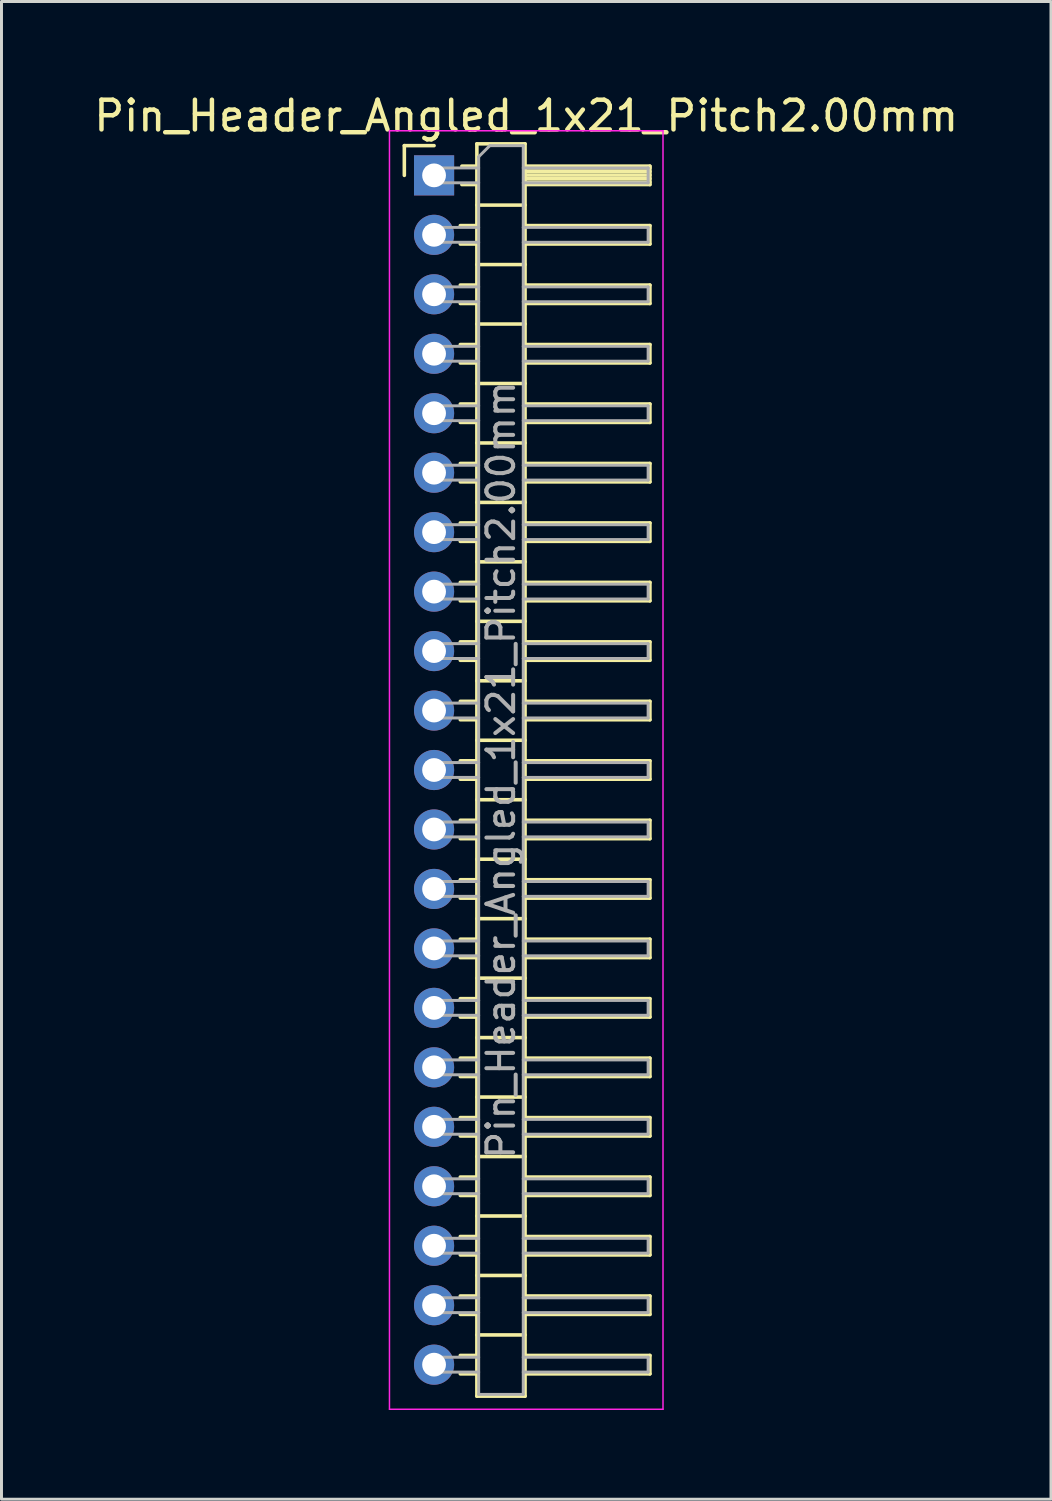
<source format=kicad_pcb>
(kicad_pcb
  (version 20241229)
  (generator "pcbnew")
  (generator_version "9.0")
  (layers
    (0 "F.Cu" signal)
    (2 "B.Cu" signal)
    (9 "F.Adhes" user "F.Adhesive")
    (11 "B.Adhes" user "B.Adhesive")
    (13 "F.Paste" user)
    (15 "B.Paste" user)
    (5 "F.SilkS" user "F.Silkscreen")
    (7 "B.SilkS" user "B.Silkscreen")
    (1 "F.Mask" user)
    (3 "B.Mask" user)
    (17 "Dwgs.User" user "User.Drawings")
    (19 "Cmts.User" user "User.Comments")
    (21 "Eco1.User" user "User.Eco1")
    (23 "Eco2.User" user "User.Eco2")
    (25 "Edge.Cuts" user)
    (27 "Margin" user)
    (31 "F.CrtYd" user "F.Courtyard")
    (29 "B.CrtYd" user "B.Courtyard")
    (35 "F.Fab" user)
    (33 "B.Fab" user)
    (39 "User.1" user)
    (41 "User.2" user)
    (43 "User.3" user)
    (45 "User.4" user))
  (footprint "Pin_Header_Angled_1x21_Pitch2.00mm"
    (layer "F.Cu")
    (at 11.549 2.848)
    (property "Reference" "Pin_Header_Angled_1x21_Pitch2.00mm" (at 3.1 -2 0) (layer "F.SilkS") (effects (font (size 1 1) (thickness 0.15))))
    (attr through_hole)
    (fp_line (start -1 -1) (end 0 -1) (stroke (width 0.12) (type solid)) (layer "F.SilkS"))
    (fp_line (start -1 0) (end -1 -1) (stroke (width 0.12) (type solid)) (layer "F.SilkS"))
    (fp_line (start 0.882 1.69) (end 1.44 1.69) (stroke (width 0.12) (type solid)) (layer "F.SilkS"))
    (fp_line (start 0.882 2.31) (end 1.44 2.31) (stroke (width 0.12) (type solid)) (layer "F.SilkS"))
    (fp_line (start 0.882 3.69) (end 1.44 3.69) (stroke (width 0.12) (type solid)) (layer "F.SilkS"))
    (fp_line (start 0.882 4.31) (end 1.44 4.31) (stroke (width 0.12) (type solid)) (layer "F.SilkS"))
    (fp_line (start 0.882 5.69) (end 1.44 5.69) (stroke (width 0.12) (type solid)) (layer "F.SilkS"))
    (fp_line (start 0.882 6.31) (end 1.44 6.31) (stroke (width 0.12) (type solid)) (layer "F.SilkS"))
    (fp_line (start 0.882 7.69) (end 1.44 7.69) (stroke (width 0.12) (type solid)) (layer "F.SilkS"))
    (fp_line (start 0.882 8.31) (end 1.44 8.31) (stroke (width 0.12) (type solid)) (layer "F.SilkS"))
    (fp_line (start 0.882 9.69) (end 1.44 9.69) (stroke (width 0.12) (type solid)) (layer "F.SilkS"))
    (fp_line (start 0.882 10.31) (end 1.44 10.31) (stroke (width 0.12) (type solid)) (layer "F.SilkS"))
    (fp_line (start 0.882 11.69) (end 1.44 11.69) (stroke (width 0.12) (type solid)) (layer "F.SilkS"))
    (fp_line (start 0.882 12.31) (end 1.44 12.31) (stroke (width 0.12) (type solid)) (layer "F.SilkS"))
    (fp_line (start 0.882 13.69) (end 1.44 13.69) (stroke (width 0.12) (type solid)) (layer "F.SilkS"))
    (fp_line (start 0.882 14.31) (end 1.44 14.31) (stroke (width 0.12) (type solid)) (layer "F.SilkS"))
    (fp_line (start 0.882 15.69) (end 1.44 15.69) (stroke (width 0.12) (type solid)) (layer "F.SilkS"))
    (fp_line (start 0.882 16.31) (end 1.44 16.31) (stroke (width 0.12) (type solid)) (layer "F.SilkS"))
    (fp_line (start 0.882 17.69) (end 1.44 17.69) (stroke (width 0.12) (type solid)) (layer "F.SilkS"))
    (fp_line (start 0.882 18.31) (end 1.44 18.31) (stroke (width 0.12) (type solid)) (layer "F.SilkS"))
    (fp_line (start 0.882 19.69) (end 1.44 19.69) (stroke (width 0.12) (type solid)) (layer "F.SilkS"))
    (fp_line (start 0.882 20.31) (end 1.44 20.31) (stroke (width 0.12) (type solid)) (layer "F.SilkS"))
    (fp_line (start 0.882 21.69) (end 1.44 21.69) (stroke (width 0.12) (type solid)) (layer "F.SilkS"))
    (fp_line (start 0.882 22.31) (end 1.44 22.31) (stroke (width 0.12) (type solid)) (layer "F.SilkS"))
    (fp_line (start 0.882 23.69) (end 1.44 23.69) (stroke (width 0.12) (type solid)) (layer "F.SilkS"))
    (fp_line (start 0.882 24.31) (end 1.44 24.31) (stroke (width 0.12) (type solid)) (layer "F.SilkS"))
    (fp_line (start 0.882 25.69) (end 1.44 25.69) (stroke (width 0.12) (type solid)) (layer "F.SilkS"))
    (fp_line (start 0.882 26.31) (end 1.44 26.31) (stroke (width 0.12) (type solid)) (layer "F.SilkS"))
    (fp_line (start 0.882 27.69) (end 1.44 27.69) (stroke (width 0.12) (type solid)) (layer "F.SilkS"))
    (fp_line (start 0.882 28.31) (end 1.44 28.31) (stroke (width 0.12) (type solid)) (layer "F.SilkS"))
    (fp_line (start 0.882 29.69) (end 1.44 29.69) (stroke (width 0.12) (type solid)) (layer "F.SilkS"))
    (fp_line (start 0.882 30.31) (end 1.44 30.31) (stroke (width 0.12) (type solid)) (layer "F.SilkS"))
    (fp_line (start 0.882 31.69) (end 1.44 31.69) (stroke (width 0.12) (type solid)) (layer "F.SilkS"))
    (fp_line (start 0.882 32.31) (end 1.44 32.31) (stroke (width 0.12) (type solid)) (layer "F.SilkS"))
    (fp_line (start 0.882 33.69) (end 1.44 33.69) (stroke (width 0.12) (type solid)) (layer "F.SilkS"))
    (fp_line (start 0.882 34.31) (end 1.44 34.31) (stroke (width 0.12) (type solid)) (layer "F.SilkS"))
    (fp_line (start 0.882 35.69) (end 1.44 35.69) (stroke (width 0.12) (type solid)) (layer "F.SilkS"))
    (fp_line (start 0.882 36.31) (end 1.44 36.31) (stroke (width 0.12) (type solid)) (layer "F.SilkS"))
    (fp_line (start 0.882 37.69) (end 1.44 37.69) (stroke (width 0.12) (type solid)) (layer "F.SilkS"))
    (fp_line (start 0.882 38.31) (end 1.44 38.31) (stroke (width 0.12) (type solid)) (layer "F.SilkS"))
    (fp_line (start 0.882 39.69) (end 1.44 39.69) (stroke (width 0.12) (type solid)) (layer "F.SilkS"))
    (fp_line (start 0.882 40.31) (end 1.44 40.31) (stroke (width 0.12) (type solid)) (layer "F.SilkS"))
    (fp_line (start 0.935 -0.31) (end 1.44 -0.31) (stroke (width 0.12) (type solid)) (layer "F.SilkS"))
    (fp_line (start 0.935 0.31) (end 1.44 0.31) (stroke (width 0.12) (type solid)) (layer "F.SilkS"))
    (fp_line (start 1.44 -1.06) (end 1.44 41.06) (stroke (width 0.12) (type solid)) (layer "F.SilkS"))
    (fp_line (start 1.44 1) (end 3.06 1) (stroke (width 0.12) (type solid)) (layer "F.SilkS"))
    (fp_line (start 1.44 3) (end 3.06 3) (stroke (width 0.12) (type solid)) (layer "F.SilkS"))
    (fp_line (start 1.44 5) (end 3.06 5) (stroke (width 0.12) (type solid)) (layer "F.SilkS"))
    (fp_line (start 1.44 7) (end 3.06 7) (stroke (width 0.12) (type solid)) (layer "F.SilkS"))
    (fp_line (start 1.44 9) (end 3.06 9) (stroke (width 0.12) (type solid)) (layer "F.SilkS"))
    (fp_line (start 1.44 11) (end 3.06 11) (stroke (width 0.12) (type solid)) (layer "F.SilkS"))
    (fp_line (start 1.44 13) (end 3.06 13) (stroke (width 0.12) (type solid)) (layer "F.SilkS"))
    (fp_line (start 1.44 15) (end 3.06 15) (stroke (width 0.12) (type solid)) (layer "F.SilkS"))
    (fp_line (start 1.44 17) (end 3.06 17) (stroke (width 0.12) (type solid)) (layer "F.SilkS"))
    (fp_line (start 1.44 19) (end 3.06 19) (stroke (width 0.12) (type solid)) (layer "F.SilkS"))
    (fp_line (start 1.44 21) (end 3.06 21) (stroke (width 0.12) (type solid)) (layer "F.SilkS"))
    (fp_line (start 1.44 23) (end 3.06 23) (stroke (width 0.12) (type solid)) (layer "F.SilkS"))
    (fp_line (start 1.44 25) (end 3.06 25) (stroke (width 0.12) (type solid)) (layer "F.SilkS"))
    (fp_line (start 1.44 27) (end 3.06 27) (stroke (width 0.12) (type solid)) (layer "F.SilkS"))
    (fp_line (start 1.44 29) (end 3.06 29) (stroke (width 0.12) (type solid)) (layer "F.SilkS"))
    (fp_line (start 1.44 31) (end 3.06 31) (stroke (width 0.12) (type solid)) (layer "F.SilkS"))
    (fp_line (start 1.44 33) (end 3.06 33) (stroke (width 0.12) (type solid)) (layer "F.SilkS"))
    (fp_line (start 1.44 35) (end 3.06 35) (stroke (width 0.12) (type solid)) (layer "F.SilkS"))
    (fp_line (start 1.44 37) (end 3.06 37) (stroke (width 0.12) (type solid)) (layer "F.SilkS"))
    (fp_line (start 1.44 39) (end 3.06 39) (stroke (width 0.12) (type solid)) (layer "F.SilkS"))
    (fp_line (start 1.44 41.06) (end 3.06 41.06) (stroke (width 0.12) (type solid)) (layer "F.SilkS"))
    (fp_line (start 3.06 -1.06) (end 1.44 -1.06) (stroke (width 0.12) (type solid)) (layer "F.SilkS"))
    (fp_line (start 3.06 -0.31) (end 7.26 -0.31) (stroke (width 0.12) (type solid)) (layer "F.SilkS"))
    (fp_line (start 3.06 -0.25) (end 7.26 -0.25) (stroke (width 0.12) (type solid)) (layer "F.SilkS"))
    (fp_line (start 3.06 -0.13) (end 7.26 -0.13) (stroke (width 0.12) (type solid)) (layer "F.SilkS"))
    (fp_line (start 3.06 -0.01) (end 7.26 -0.01) (stroke (width 0.12) (type solid)) (layer "F.SilkS"))
    (fp_line (start 3.06 0.11) (end 7.26 0.11) (stroke (width 0.12) (type solid)) (layer "F.SilkS"))
    (fp_line (start 3.06 0.23) (end 7.26 0.23) (stroke (width 0.12) (type solid)) (layer "F.SilkS"))
    (fp_line (start 3.06 1.69) (end 7.26 1.69) (stroke (width 0.12) (type solid)) (layer "F.SilkS"))
    (fp_line (start 3.06 3.69) (end 7.26 3.69) (stroke (width 0.12) (type solid)) (layer "F.SilkS"))
    (fp_line (start 3.06 5.69) (end 7.26 5.69) (stroke (width 0.12) (type solid)) (layer "F.SilkS"))
    (fp_line (start 3.06 7.69) (end 7.26 7.69) (stroke (width 0.12) (type solid)) (layer "F.SilkS"))
    (fp_line (start 3.06 9.69) (end 7.26 9.69) (stroke (width 0.12) (type solid)) (layer "F.SilkS"))
    (fp_line (start 3.06 11.69) (end 7.26 11.69) (stroke (width 0.12) (type solid)) (layer "F.SilkS"))
    (fp_line (start 3.06 13.69) (end 7.26 13.69) (stroke (width 0.12) (type solid)) (layer "F.SilkS"))
    (fp_line (start 3.06 15.69) (end 7.26 15.69) (stroke (width 0.12) (type solid)) (layer "F.SilkS"))
    (fp_line (start 3.06 17.69) (end 7.26 17.69) (stroke (width 0.12) (type solid)) (layer "F.SilkS"))
    (fp_line (start 3.06 19.69) (end 7.26 19.69) (stroke (width 0.12) (type solid)) (layer "F.SilkS"))
    (fp_line (start 3.06 21.69) (end 7.26 21.69) (stroke (width 0.12) (type solid)) (layer "F.SilkS"))
    (fp_line (start 3.06 23.69) (end 7.26 23.69) (stroke (width 0.12) (type solid)) (layer "F.SilkS"))
    (fp_line (start 3.06 25.69) (end 7.26 25.69) (stroke (width 0.12) (type solid)) (layer "F.SilkS"))
    (fp_line (start 3.06 27.69) (end 7.26 27.69) (stroke (width 0.12) (type solid)) (layer "F.SilkS"))
    (fp_line (start 3.06 29.69) (end 7.26 29.69) (stroke (width 0.12) (type solid)) (layer "F.SilkS"))
    (fp_line (start 3.06 31.69) (end 7.26 31.69) (stroke (width 0.12) (type solid)) (layer "F.SilkS"))
    (fp_line (start 3.06 33.69) (end 7.26 33.69) (stroke (width 0.12) (type solid)) (layer "F.SilkS"))
    (fp_line (start 3.06 35.69) (end 7.26 35.69) (stroke (width 0.12) (type solid)) (layer "F.SilkS"))
    (fp_line (start 3.06 37.69) (end 7.26 37.69) (stroke (width 0.12) (type solid)) (layer "F.SilkS"))
    (fp_line (start 3.06 39.69) (end 7.26 39.69) (stroke (width 0.12) (type solid)) (layer "F.SilkS"))
    (fp_line (start 3.06 41.06) (end 3.06 -1.06) (stroke (width 0.12) (type solid)) (layer "F.SilkS"))
    (fp_line (start 7.26 -0.31) (end 7.26 0.31) (stroke (width 0.12) (type solid)) (layer "F.SilkS"))
    (fp_line (start 7.26 0.31) (end 3.06 0.31) (stroke (width 0.12) (type solid)) (layer "F.SilkS"))
    (fp_line (start 7.26 1.69) (end 7.26 2.31) (stroke (width 0.12) (type solid)) (layer "F.SilkS"))
    (fp_line (start 7.26 2.31) (end 3.06 2.31) (stroke (width 0.12) (type solid)) (layer "F.SilkS"))
    (fp_line (start 7.26 3.69) (end 7.26 4.31) (stroke (width 0.12) (type solid)) (layer "F.SilkS"))
    (fp_line (start 7.26 4.31) (end 3.06 4.31) (stroke (width 0.12) (type solid)) (layer "F.SilkS"))
    (fp_line (start 7.26 5.69) (end 7.26 6.31) (stroke (width 0.12) (type solid)) (layer "F.SilkS"))
    (fp_line (start 7.26 6.31) (end 3.06 6.31) (stroke (width 0.12) (type solid)) (layer "F.SilkS"))
    (fp_line (start 7.26 7.69) (end 7.26 8.31) (stroke (width 0.12) (type solid)) (layer "F.SilkS"))
    (fp_line (start 7.26 8.31) (end 3.06 8.31) (stroke (width 0.12) (type solid)) (layer "F.SilkS"))
    (fp_line (start 7.26 9.69) (end 7.26 10.31) (stroke (width 0.12) (type solid)) (layer "F.SilkS"))
    (fp_line (start 7.26 10.31) (end 3.06 10.31) (stroke (width 0.12) (type solid)) (layer "F.SilkS"))
    (fp_line (start 7.26 11.69) (end 7.26 12.31) (stroke (width 0.12) (type solid)) (layer "F.SilkS"))
    (fp_line (start 7.26 12.31) (end 3.06 12.31) (stroke (width 0.12) (type solid)) (layer "F.SilkS"))
    (fp_line (start 7.26 13.69) (end 7.26 14.31) (stroke (width 0.12) (type solid)) (layer "F.SilkS"))
    (fp_line (start 7.26 14.31) (end 3.06 14.31) (stroke (width 0.12) (type solid)) (layer "F.SilkS"))
    (fp_line (start 7.26 15.69) (end 7.26 16.31) (stroke (width 0.12) (type solid)) (layer "F.SilkS"))
    (fp_line (start 7.26 16.31) (end 3.06 16.31) (stroke (width 0.12) (type solid)) (layer "F.SilkS"))
    (fp_line (start 7.26 17.69) (end 7.26 18.31) (stroke (width 0.12) (type solid)) (layer "F.SilkS"))
    (fp_line (start 7.26 18.31) (end 3.06 18.31) (stroke (width 0.12) (type solid)) (layer "F.SilkS"))
    (fp_line (start 7.26 19.69) (end 7.26 20.31) (stroke (width 0.12) (type solid)) (layer "F.SilkS"))
    (fp_line (start 7.26 20.31) (end 3.06 20.31) (stroke (width 0.12) (type solid)) (layer "F.SilkS"))
    (fp_line (start 7.26 21.69) (end 7.26 22.31) (stroke (width 0.12) (type solid)) (layer "F.SilkS"))
    (fp_line (start 7.26 22.31) (end 3.06 22.31) (stroke (width 0.12) (type solid)) (layer "F.SilkS"))
    (fp_line (start 7.26 23.69) (end 7.26 24.31) (stroke (width 0.12) (type solid)) (layer "F.SilkS"))
    (fp_line (start 7.26 24.31) (end 3.06 24.31) (stroke (width 0.12) (type solid)) (layer "F.SilkS"))
    (fp_line (start 7.26 25.69) (end 7.26 26.31) (stroke (width 0.12) (type solid)) (layer "F.SilkS"))
    (fp_line (start 7.26 26.31) (end 3.06 26.31) (stroke (width 0.12) (type solid)) (layer "F.SilkS"))
    (fp_line (start 7.26 27.69) (end 7.26 28.31) (stroke (width 0.12) (type solid)) (layer "F.SilkS"))
    (fp_line (start 7.26 28.31) (end 3.06 28.31) (stroke (width 0.12) (type solid)) (layer "F.SilkS"))
    (fp_line (start 7.26 29.69) (end 7.26 30.31) (stroke (width 0.12) (type solid)) (layer "F.SilkS"))
    (fp_line (start 7.26 30.31) (end 3.06 30.31) (stroke (width 0.12) (type solid)) (layer "F.SilkS"))
    (fp_line (start 7.26 31.69) (end 7.26 32.31) (stroke (width 0.12) (type solid)) (layer "F.SilkS"))
    (fp_line (start 7.26 32.31) (end 3.06 32.31) (stroke (width 0.12) (type solid)) (layer "F.SilkS"))
    (fp_line (start 7.26 33.69) (end 7.26 34.31) (stroke (width 0.12) (type solid)) (layer "F.SilkS"))
    (fp_line (start 7.26 34.31) (end 3.06 34.31) (stroke (width 0.12) (type solid)) (layer "F.SilkS"))
    (fp_line (start 7.26 35.69) (end 7.26 36.31) (stroke (width 0.12) (type solid)) (layer "F.SilkS"))
    (fp_line (start 7.26 36.31) (end 3.06 36.31) (stroke (width 0.12) (type solid)) (layer "F.SilkS"))
    (fp_line (start 7.26 37.69) (end 7.26 38.31) (stroke (width 0.12) (type solid)) (layer "F.SilkS"))
    (fp_line (start 7.26 38.31) (end 3.06 38.31) (stroke (width 0.12) (type solid)) (layer "F.SilkS"))
    (fp_line (start 7.26 39.69) (end 7.26 40.31) (stroke (width 0.12) (type solid)) (layer "F.SilkS"))
    (fp_line (start 7.26 40.31) (end 3.06 40.31) (stroke (width 0.12) (type solid)) (layer "F.SilkS"))
    (fp_line (start -1.5 -1.5) (end -1.5 41.5) (stroke (width 0.05) (type solid)) (layer "F.CrtYd"))
    (fp_line (start -1.5 41.5) (end 7.7 41.5) (stroke (width 0.05) (type solid)) (layer "F.CrtYd"))
    (fp_line (start 7.7 -1.5) (end -1.5 -1.5) (stroke (width 0.05) (type solid)) (layer "F.CrtYd"))
    (fp_line (start 7.7 41.5) (end 7.7 -1.5) (stroke (width 0.05) (type solid)) (layer "F.CrtYd"))
    (fp_line (start -0.25 -0.25) (end -0.25 0.25) (stroke (width 0.1) (type solid)) (layer "F.Fab"))
    (fp_line (start -0.25 -0.25) (end 1.5 -0.25) (stroke (width 0.1) (type solid)) (layer "F.Fab"))
    (fp_line (start -0.25 0.25) (end 1.5 0.25) (stroke (width 0.1) (type solid)) (layer "F.Fab"))
    (fp_line (start -0.25 1.75) (end -0.25 2.25) (stroke (width 0.1) (type solid)) (layer "F.Fab"))
    (fp_line (start -0.25 1.75) (end 1.5 1.75) (stroke (width 0.1) (type solid)) (layer "F.Fab"))
    (fp_line (start -0.25 2.25) (end 1.5 2.25) (stroke (width 0.1) (type solid)) (layer "F.Fab"))
    (fp_line (start -0.25 3.75) (end -0.25 4.25) (stroke (width 0.1) (type solid)) (layer "F.Fab"))
    (fp_line (start -0.25 3.75) (end 1.5 3.75) (stroke (width 0.1) (type solid)) (layer "F.Fab"))
    (fp_line (start -0.25 4.25) (end 1.5 4.25) (stroke (width 0.1) (type solid)) (layer "F.Fab"))
    (fp_line (start -0.25 5.75) (end -0.25 6.25) (stroke (width 0.1) (type solid)) (layer "F.Fab"))
    (fp_line (start -0.25 5.75) (end 1.5 5.75) (stroke (width 0.1) (type solid)) (layer "F.Fab"))
    (fp_line (start -0.25 6.25) (end 1.5 6.25) (stroke (width 0.1) (type solid)) (layer "F.Fab"))
    (fp_line (start -0.25 7.75) (end -0.25 8.25) (stroke (width 0.1) (type solid)) (layer "F.Fab"))
    (fp_line (start -0.25 7.75) (end 1.5 7.75) (stroke (width 0.1) (type solid)) (layer "F.Fab"))
    (fp_line (start -0.25 8.25) (end 1.5 8.25) (stroke (width 0.1) (type solid)) (layer "F.Fab"))
    (fp_line (start -0.25 9.75) (end -0.25 10.25) (stroke (width 0.1) (type solid)) (layer "F.Fab"))
    (fp_line (start -0.25 9.75) (end 1.5 9.75) (stroke (width 0.1) (type solid)) (layer "F.Fab"))
    (fp_line (start -0.25 10.25) (end 1.5 10.25) (stroke (width 0.1) (type solid)) (layer "F.Fab"))
    (fp_line (start -0.25 11.75) (end -0.25 12.25) (stroke (width 0.1) (type solid)) (layer "F.Fab"))
    (fp_line (start -0.25 11.75) (end 1.5 11.75) (stroke (width 0.1) (type solid)) (layer "F.Fab"))
    (fp_line (start -0.25 12.25) (end 1.5 12.25) (stroke (width 0.1) (type solid)) (layer "F.Fab"))
    (fp_line (start -0.25 13.75) (end -0.25 14.25) (stroke (width 0.1) (type solid)) (layer "F.Fab"))
    (fp_line (start -0.25 13.75) (end 1.5 13.75) (stroke (width 0.1) (type solid)) (layer "F.Fab"))
    (fp_line (start -0.25 14.25) (end 1.5 14.25) (stroke (width 0.1) (type solid)) (layer "F.Fab"))
    (fp_line (start -0.25 15.75) (end -0.25 16.25) (stroke (width 0.1) (type solid)) (layer "F.Fab"))
    (fp_line (start -0.25 15.75) (end 1.5 15.75) (stroke (width 0.1) (type solid)) (layer "F.Fab"))
    (fp_line (start -0.25 16.25) (end 1.5 16.25) (stroke (width 0.1) (type solid)) (layer "F.Fab"))
    (fp_line (start -0.25 17.75) (end -0.25 18.25) (stroke (width 0.1) (type solid)) (layer "F.Fab"))
    (fp_line (start -0.25 17.75) (end 1.5 17.75) (stroke (width 0.1) (type solid)) (layer "F.Fab"))
    (fp_line (start -0.25 18.25) (end 1.5 18.25) (stroke (width 0.1) (type solid)) (layer "F.Fab"))
    (fp_line (start -0.25 19.75) (end -0.25 20.25) (stroke (width 0.1) (type solid)) (layer "F.Fab"))
    (fp_line (start -0.25 19.75) (end 1.5 19.75) (stroke (width 0.1) (type solid)) (layer "F.Fab"))
    (fp_line (start -0.25 20.25) (end 1.5 20.25) (stroke (width 0.1) (type solid)) (layer "F.Fab"))
    (fp_line (start -0.25 21.75) (end -0.25 22.25) (stroke (width 0.1) (type solid)) (layer "F.Fab"))
    (fp_line (start -0.25 21.75) (end 1.5 21.75) (stroke (width 0.1) (type solid)) (layer "F.Fab"))
    (fp_line (start -0.25 22.25) (end 1.5 22.25) (stroke (width 0.1) (type solid)) (layer "F.Fab"))
    (fp_line (start -0.25 23.75) (end -0.25 24.25) (stroke (width 0.1) (type solid)) (layer "F.Fab"))
    (fp_line (start -0.25 23.75) (end 1.5 23.75) (stroke (width 0.1) (type solid)) (layer "F.Fab"))
    (fp_line (start -0.25 24.25) (end 1.5 24.25) (stroke (width 0.1) (type solid)) (layer "F.Fab"))
    (fp_line (start -0.25 25.75) (end -0.25 26.25) (stroke (width 0.1) (type solid)) (layer "F.Fab"))
    (fp_line (start -0.25 25.75) (end 1.5 25.75) (stroke (width 0.1) (type solid)) (layer "F.Fab"))
    (fp_line (start -0.25 26.25) (end 1.5 26.25) (stroke (width 0.1) (type solid)) (layer "F.Fab"))
    (fp_line (start -0.25 27.75) (end -0.25 28.25) (stroke (width 0.1) (type solid)) (layer "F.Fab"))
    (fp_line (start -0.25 27.75) (end 1.5 27.75) (stroke (width 0.1) (type solid)) (layer "F.Fab"))
    (fp_line (start -0.25 28.25) (end 1.5 28.25) (stroke (width 0.1) (type solid)) (layer "F.Fab"))
    (fp_line (start -0.25 29.75) (end -0.25 30.25) (stroke (width 0.1) (type solid)) (layer "F.Fab"))
    (fp_line (start -0.25 29.75) (end 1.5 29.75) (stroke (width 0.1) (type solid)) (layer "F.Fab"))
    (fp_line (start -0.25 30.25) (end 1.5 30.25) (stroke (width 0.1) (type solid)) (layer "F.Fab"))
    (fp_line (start -0.25 31.75) (end -0.25 32.25) (stroke (width 0.1) (type solid)) (layer "F.Fab"))
    (fp_line (start -0.25 31.75) (end 1.5 31.75) (stroke (width 0.1) (type solid)) (layer "F.Fab"))
    (fp_line (start -0.25 32.25) (end 1.5 32.25) (stroke (width 0.1) (type solid)) (layer "F.Fab"))
    (fp_line (start -0.25 33.75) (end -0.25 34.25) (stroke (width 0.1) (type solid)) (layer "F.Fab"))
    (fp_line (start -0.25 33.75) (end 1.5 33.75) (stroke (width 0.1) (type solid)) (layer "F.Fab"))
    (fp_line (start -0.25 34.25) (end 1.5 34.25) (stroke (width 0.1) (type solid)) (layer "F.Fab"))
    (fp_line (start -0.25 35.75) (end -0.25 36.25) (stroke (width 0.1) (type solid)) (layer "F.Fab"))
    (fp_line (start -0.25 35.75) (end 1.5 35.75) (stroke (width 0.1) (type solid)) (layer "F.Fab"))
    (fp_line (start -0.25 36.25) (end 1.5 36.25) (stroke (width 0.1) (type solid)) (layer "F.Fab"))
    (fp_line (start -0.25 37.75) (end -0.25 38.25) (stroke (width 0.1) (type solid)) (layer "F.Fab"))
    (fp_line (start -0.25 37.75) (end 1.5 37.75) (stroke (width 0.1) (type solid)) (layer "F.Fab"))
    (fp_line (start -0.25 38.25) (end 1.5 38.25) (stroke (width 0.1) (type solid)) (layer "F.Fab"))
    (fp_line (start -0.25 39.75) (end -0.25 40.25) (stroke (width 0.1) (type solid)) (layer "F.Fab"))
    (fp_line (start -0.25 39.75) (end 1.5 39.75) (stroke (width 0.1) (type solid)) (layer "F.Fab"))
    (fp_line (start -0.25 40.25) (end 1.5 40.25) (stroke (width 0.1) (type solid)) (layer "F.Fab"))
    (fp_line (start 1.5 -0.625) (end 1.875 -1) (stroke (width 0.1) (type solid)) (layer "F.Fab"))
    (fp_line (start 1.5 41) (end 1.5 -0.625) (stroke (width 0.1) (type solid)) (layer "F.Fab"))
    (fp_line (start 1.875 -1) (end 3 -1) (stroke (width 0.1) (type solid)) (layer "F.Fab"))
    (fp_line (start 3 -1) (end 3 41) (stroke (width 0.1) (type solid)) (layer "F.Fab"))
    (fp_line (start 3 -0.25) (end 7.2 -0.25) (stroke (width 0.1) (type solid)) (layer "F.Fab"))
    (fp_line (start 3 0.25) (end 7.2 0.25) (stroke (width 0.1) (type solid)) (layer "F.Fab"))
    (fp_line (start 3 1.75) (end 7.2 1.75) (stroke (width 0.1) (type solid)) (layer "F.Fab"))
    (fp_line (start 3 2.25) (end 7.2 2.25) (stroke (width 0.1) (type solid)) (layer "F.Fab"))
    (fp_line (start 3 3.75) (end 7.2 3.75) (stroke (width 0.1) (type solid)) (layer "F.Fab"))
    (fp_line (start 3 4.25) (end 7.2 4.25) (stroke (width 0.1) (type solid)) (layer "F.Fab"))
    (fp_line (start 3 5.75) (end 7.2 5.75) (stroke (width 0.1) (type solid)) (layer "F.Fab"))
    (fp_line (start 3 6.25) (end 7.2 6.25) (stroke (width 0.1) (type solid)) (layer "F.Fab"))
    (fp_line (start 3 7.75) (end 7.2 7.75) (stroke (width 0.1) (type solid)) (layer "F.Fab"))
    (fp_line (start 3 8.25) (end 7.2 8.25) (stroke (width 0.1) (type solid)) (layer "F.Fab"))
    (fp_line (start 3 9.75) (end 7.2 9.75) (stroke (width 0.1) (type solid)) (layer "F.Fab"))
    (fp_line (start 3 10.25) (end 7.2 10.25) (stroke (width 0.1) (type solid)) (layer "F.Fab"))
    (fp_line (start 3 11.75) (end 7.2 11.75) (stroke (width 0.1) (type solid)) (layer "F.Fab"))
    (fp_line (start 3 12.25) (end 7.2 12.25) (stroke (width 0.1) (type solid)) (layer "F.Fab"))
    (fp_line (start 3 13.75) (end 7.2 13.75) (stroke (width 0.1) (type solid)) (layer "F.Fab"))
    (fp_line (start 3 14.25) (end 7.2 14.25) (stroke (width 0.1) (type solid)) (layer "F.Fab"))
    (fp_line (start 3 15.75) (end 7.2 15.75) (stroke (width 0.1) (type solid)) (layer "F.Fab"))
    (fp_line (start 3 16.25) (end 7.2 16.25) (stroke (width 0.1) (type solid)) (layer "F.Fab"))
    (fp_line (start 3 17.75) (end 7.2 17.75) (stroke (width 0.1) (type solid)) (layer "F.Fab"))
    (fp_line (start 3 18.25) (end 7.2 18.25) (stroke (width 0.1) (type solid)) (layer "F.Fab"))
    (fp_line (start 3 19.75) (end 7.2 19.75) (stroke (width 0.1) (type solid)) (layer "F.Fab"))
    (fp_line (start 3 20.25) (end 7.2 20.25) (stroke (width 0.1) (type solid)) (layer "F.Fab"))
    (fp_line (start 3 21.75) (end 7.2 21.75) (stroke (width 0.1) (type solid)) (layer "F.Fab"))
    (fp_line (start 3 22.25) (end 7.2 22.25) (stroke (width 0.1) (type solid)) (layer "F.Fab"))
    (fp_line (start 3 23.75) (end 7.2 23.75) (stroke (width 0.1) (type solid)) (layer "F.Fab"))
    (fp_line (start 3 24.25) (end 7.2 24.25) (stroke (width 0.1) (type solid)) (layer "F.Fab"))
    (fp_line (start 3 25.75) (end 7.2 25.75) (stroke (width 0.1) (type solid)) (layer "F.Fab"))
    (fp_line (start 3 26.25) (end 7.2 26.25) (stroke (width 0.1) (type solid)) (layer "F.Fab"))
    (fp_line (start 3 27.75) (end 7.2 27.75) (stroke (width 0.1) (type solid)) (layer "F.Fab"))
    (fp_line (start 3 28.25) (end 7.2 28.25) (stroke (width 0.1) (type solid)) (layer "F.Fab"))
    (fp_line (start 3 29.75) (end 7.2 29.75) (stroke (width 0.1) (type solid)) (layer "F.Fab"))
    (fp_line (start 3 30.25) (end 7.2 30.25) (stroke (width 0.1) (type solid)) (layer "F.Fab"))
    (fp_line (start 3 31.75) (end 7.2 31.75) (stroke (width 0.1) (type solid)) (layer "F.Fab"))
    (fp_line (start 3 32.25) (end 7.2 32.25) (stroke (width 0.1) (type solid)) (layer "F.Fab"))
    (fp_line (start 3 33.75) (end 7.2 33.75) (stroke (width 0.1) (type solid)) (layer "F.Fab"))
    (fp_line (start 3 34.25) (end 7.2 34.25) (stroke (width 0.1) (type solid)) (layer "F.Fab"))
    (fp_line (start 3 35.75) (end 7.2 35.75) (stroke (width 0.1) (type solid)) (layer "F.Fab"))
    (fp_line (start 3 36.25) (end 7.2 36.25) (stroke (width 0.1) (type solid)) (layer "F.Fab"))
    (fp_line (start 3 37.75) (end 7.2 37.75) (stroke (width 0.1) (type solid)) (layer "F.Fab"))
    (fp_line (start 3 38.25) (end 7.2 38.25) (stroke (width 0.1) (type solid)) (layer "F.Fab"))
    (fp_line (start 3 39.75) (end 7.2 39.75) (stroke (width 0.1) (type solid)) (layer "F.Fab"))
    (fp_line (start 3 40.25) (end 7.2 40.25) (stroke (width 0.1) (type solid)) (layer "F.Fab"))
    (fp_line (start 3 41) (end 1.5 41) (stroke (width 0.1) (type solid)) (layer "F.Fab"))
    (fp_line (start 7.2 -0.25) (end 7.2 0.25) (stroke (width 0.1) (type solid)) (layer "F.Fab"))
    (fp_line (start 7.2 1.75) (end 7.2 2.25) (stroke (width 0.1) (type solid)) (layer "F.Fab"))
    (fp_line (start 7.2 3.75) (end 7.2 4.25) (stroke (width 0.1) (type solid)) (layer "F.Fab"))
    (fp_line (start 7.2 5.75) (end 7.2 6.25) (stroke (width 0.1) (type solid)) (layer "F.Fab"))
    (fp_line (start 7.2 7.75) (end 7.2 8.25) (stroke (width 0.1) (type solid)) (layer "F.Fab"))
    (fp_line (start 7.2 9.75) (end 7.2 10.25) (stroke (width 0.1) (type solid)) (layer "F.Fab"))
    (fp_line (start 7.2 11.75) (end 7.2 12.25) (stroke (width 0.1) (type solid)) (layer "F.Fab"))
    (fp_line (start 7.2 13.75) (end 7.2 14.25) (stroke (width 0.1) (type solid)) (layer "F.Fab"))
    (fp_line (start 7.2 15.75) (end 7.2 16.25) (stroke (width 0.1) (type solid)) (layer "F.Fab"))
    (fp_line (start 7.2 17.75) (end 7.2 18.25) (stroke (width 0.1) (type solid)) (layer "F.Fab"))
    (fp_line (start 7.2 19.75) (end 7.2 20.25) (stroke (width 0.1) (type solid)) (layer "F.Fab"))
    (fp_line (start 7.2 21.75) (end 7.2 22.25) (stroke (width 0.1) (type solid)) (layer "F.Fab"))
    (fp_line (start 7.2 23.75) (end 7.2 24.25) (stroke (width 0.1) (type solid)) (layer "F.Fab"))
    (fp_line (start 7.2 25.75) (end 7.2 26.25) (stroke (width 0.1) (type solid)) (layer "F.Fab"))
    (fp_line (start 7.2 27.75) (end 7.2 28.25) (stroke (width 0.1) (type solid)) (layer "F.Fab"))
    (fp_line (start 7.2 29.75) (end 7.2 30.25) (stroke (width 0.1) (type solid)) (layer "F.Fab"))
    (fp_line (start 7.2 31.75) (end 7.2 32.25) (stroke (width 0.1) (type solid)) (layer "F.Fab"))
    (fp_line (start 7.2 33.75) (end 7.2 34.25) (stroke (width 0.1) (type solid)) (layer "F.Fab"))
    (fp_line (start 7.2 35.75) (end 7.2 36.25) (stroke (width 0.1) (type solid)) (layer "F.Fab"))
    (fp_line (start 7.2 37.75) (end 7.2 38.25) (stroke (width 0.1) (type solid)) (layer "F.Fab"))
    (fp_line (start 7.2 39.75) (end 7.2 40.25) (stroke (width 0.1) (type solid)) (layer "F.Fab"))
    (fp_text user "${REFERENCE}" (at 2.25 20 90) (layer "F.Fab") (effects (font (size 0.9 0.9) (thickness 0.135))))
    (pad "1" thru_hole rect (at 0 0) (size 1.35 1.35) (drill 0.8) (layers "*.Cu" "*.Mask"))
    (pad "2" thru_hole oval (at 0 2) (size 1.35 1.35) (drill 0.8) (layers "*.Cu" "*.Mask"))
    (pad "3" thru_hole oval (at 0 4) (size 1.35 1.35) (drill 0.8) (layers "*.Cu" "*.Mask"))
    (pad "4" thru_hole oval (at 0 6) (size 1.35 1.35) (drill 0.8) (layers "*.Cu" "*.Mask"))
    (pad "5" thru_hole oval (at 0 8) (size 1.35 1.35) (drill 0.8) (layers "*.Cu" "*.Mask"))
    (pad "6" thru_hole oval (at 0 10) (size 1.35 1.35) (drill 0.8) (layers "*.Cu" "*.Mask"))
    (pad "7" thru_hole oval (at 0 12) (size 1.35 1.35) (drill 0.8) (layers "*.Cu" "*.Mask"))
    (pad "8" thru_hole oval (at 0 14) (size 1.35 1.35) (drill 0.8) (layers "*.Cu" "*.Mask"))
    (pad "9" thru_hole oval (at 0 16) (size 1.35 1.35) (drill 0.8) (layers "*.Cu" "*.Mask"))
    (pad "10" thru_hole oval (at 0 18) (size 1.35 1.35) (drill 0.8) (layers "*.Cu" "*.Mask"))
    (pad "11" thru_hole oval (at 0 20) (size 1.35 1.35) (drill 0.8) (layers "*.Cu" "*.Mask"))
    (pad "12" thru_hole oval (at 0 22) (size 1.35 1.35) (drill 0.8) (layers "*.Cu" "*.Mask"))
    (pad "13" thru_hole oval (at 0 24) (size 1.35 1.35) (drill 0.8) (layers "*.Cu" "*.Mask"))
    (pad "14" thru_hole oval (at 0 26) (size 1.35 1.35) (drill 0.8) (layers "*.Cu" "*.Mask"))
    (pad "15" thru_hole oval (at 0 28) (size 1.35 1.35) (drill 0.8) (layers "*.Cu" "*.Mask"))
    (pad "16" thru_hole oval (at 0 30) (size 1.35 1.35) (drill 0.8) (layers "*.Cu" "*.Mask"))
    (pad "17" thru_hole oval (at 0 32) (size 1.35 1.35) (drill 0.8) (layers "*.Cu" "*.Mask"))
    (pad "18" thru_hole oval (at 0 34) (size 1.35 1.35) (drill 0.8) (layers "*.Cu" "*.Mask"))
    (pad "19" thru_hole oval (at 0 36) (size 1.35 1.35) (drill 0.8) (layers "*.Cu" "*.Mask"))
    (pad "20" thru_hole oval (at 0 38) (size 1.35 1.35) (drill 0.8) (layers "*.Cu" "*.Mask"))
    (pad "21" thru_hole oval (at 0 40) (size 1.35 1.35) (drill 0.8) (layers "*.Cu" "*.Mask")))
  (gr_rect
    (start -3 -3)
    (end 32.298 47.373)
    (stroke (width 0.1) (type default))
    (fill no)
    (layer "Edge.Cuts")))
</source>
